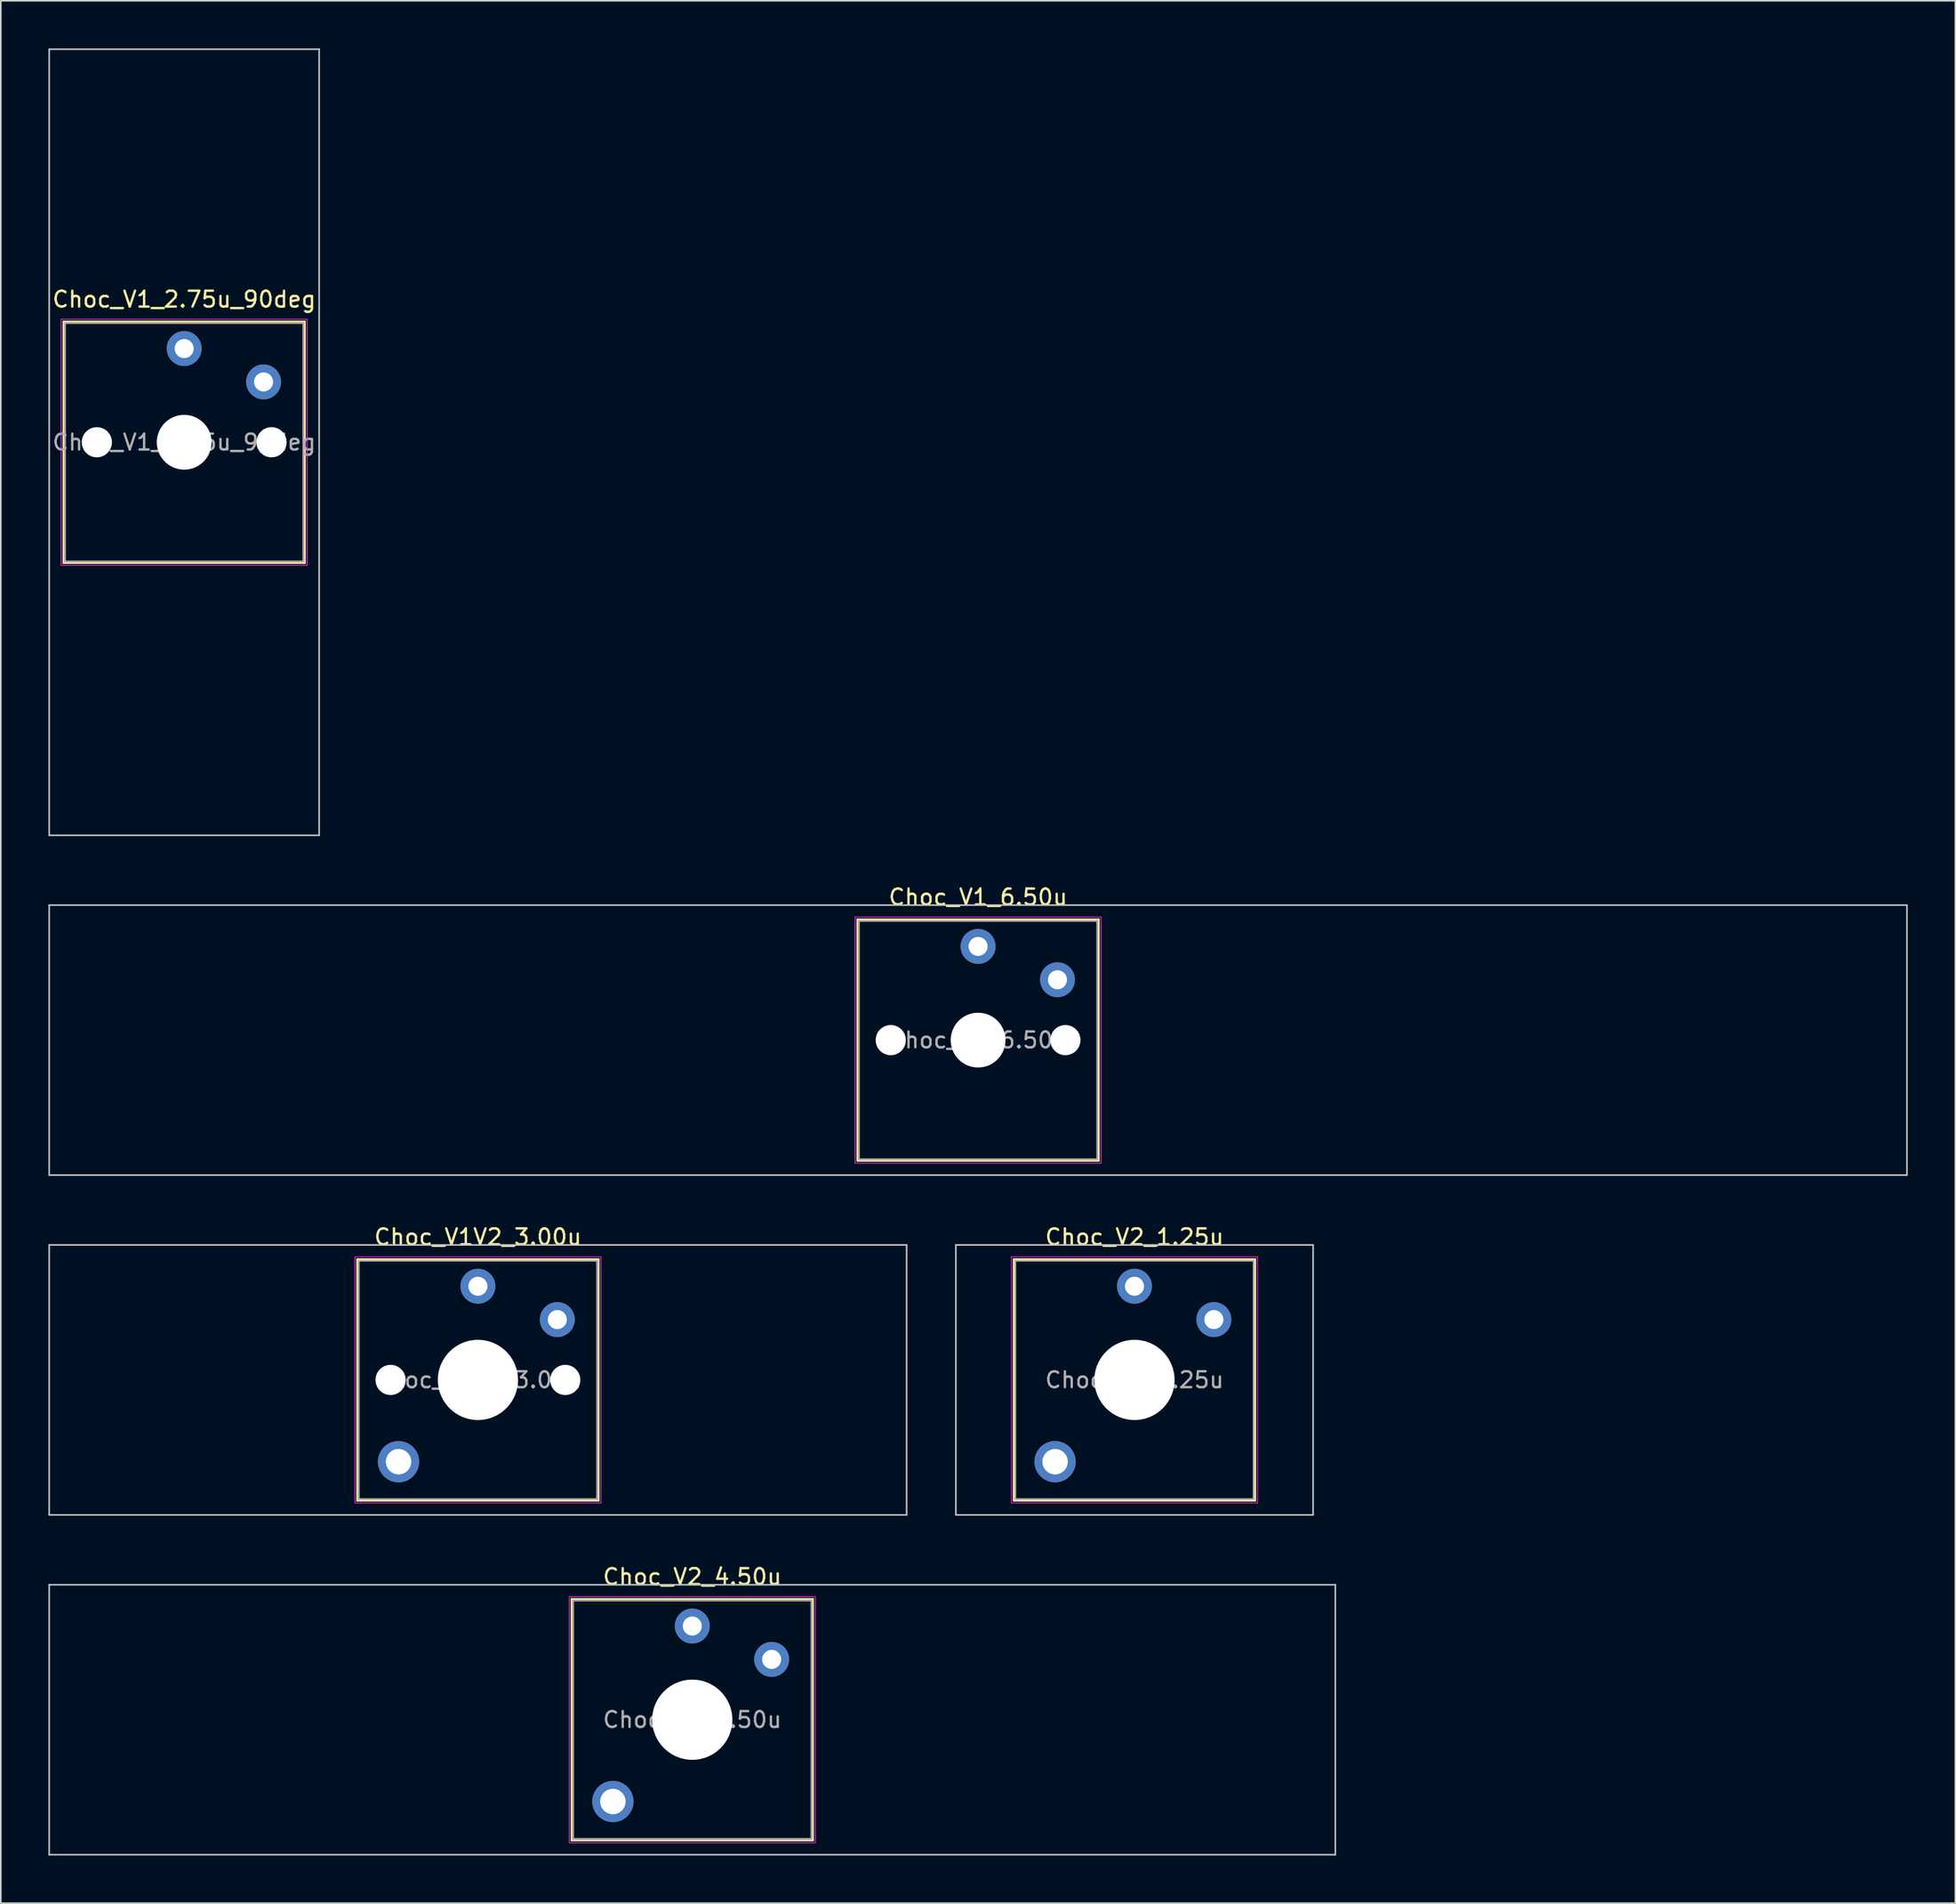
<source format=kicad_pcb>
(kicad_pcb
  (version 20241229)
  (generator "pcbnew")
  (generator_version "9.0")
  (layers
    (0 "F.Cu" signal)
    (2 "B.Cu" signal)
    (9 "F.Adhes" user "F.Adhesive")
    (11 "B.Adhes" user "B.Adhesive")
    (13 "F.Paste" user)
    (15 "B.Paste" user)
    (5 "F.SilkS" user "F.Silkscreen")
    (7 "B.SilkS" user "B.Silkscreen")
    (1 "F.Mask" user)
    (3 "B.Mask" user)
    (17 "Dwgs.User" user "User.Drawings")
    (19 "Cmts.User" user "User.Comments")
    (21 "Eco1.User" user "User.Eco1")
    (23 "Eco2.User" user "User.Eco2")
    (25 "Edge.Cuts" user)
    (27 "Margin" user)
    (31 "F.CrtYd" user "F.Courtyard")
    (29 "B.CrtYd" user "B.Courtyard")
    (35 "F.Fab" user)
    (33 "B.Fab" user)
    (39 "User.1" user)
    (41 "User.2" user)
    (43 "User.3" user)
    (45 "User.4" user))
  (footprint "Choc_V2_4.50u"
    (layer "F.Cu")
    (at 40.55 105.245)
    (property "Reference" "Choc_V2_4.50u" (at 0 -9 0) (layer "F.SilkS") (effects (font (size 1 1) (thickness 0.15))))
    (attr through_hole)
    (fp_line (start -7.6 -7.6) (end -7.6 7.6) (stroke (width 0.12) (type solid)) (layer "F.SilkS"))
    (fp_line (start -7.6 7.6) (end 7.6 7.6) (stroke (width 0.12) (type solid)) (layer "F.SilkS"))
    (fp_line (start 7.6 -7.6) (end -7.6 -7.6) (stroke (width 0.12) (type solid)) (layer "F.SilkS"))
    (fp_line (start 7.6 7.6) (end 7.6 -7.6) (stroke (width 0.12) (type solid)) (layer "F.SilkS"))
    (fp_line (start -40.5 -8.5) (end -40.5 8.5) (stroke (width 0.1) (type solid)) (layer "Dwgs.User"))
    (fp_line (start -40.5 8.5) (end 40.5 8.5) (stroke (width 0.1) (type solid)) (layer "Dwgs.User"))
    (fp_line (start 40.5 -8.5) (end -40.5 -8.5) (stroke (width 0.1) (type solid)) (layer "Dwgs.User"))
    (fp_line (start 40.5 8.5) (end 40.5 -8.5) (stroke (width 0.1) (type solid)) (layer "Dwgs.User"))
    (fp_line (start -7.25 -7.25) (end -7.25 7.25) (stroke (width 0.1) (type solid)) (layer "Eco1.User"))
    (fp_line (start -7.25 7.25) (end 7.25 7.25) (stroke (width 0.1) (type solid)) (layer "Eco1.User"))
    (fp_line (start 7.25 -7.25) (end -7.25 -7.25) (stroke (width 0.1) (type solid)) (layer "Eco1.User"))
    (fp_line (start 7.25 7.25) (end 7.25 -7.25) (stroke (width 0.1) (type solid)) (layer "Eco1.User"))
    (fp_line (start -7.75 -7.75) (end -7.75 7.75) (stroke (width 0.05) (type solid)) (layer "F.CrtYd"))
    (fp_line (start -7.75 7.75) (end 7.75 7.75) (stroke (width 0.05) (type solid)) (layer "F.CrtYd"))
    (fp_line (start 7.75 -7.75) (end -7.75 -7.75) (stroke (width 0.05) (type solid)) (layer "F.CrtYd"))
    (fp_line (start 7.75 7.75) (end 7.75 -7.75) (stroke (width 0.05) (type solid)) (layer "F.CrtYd"))
    (fp_line (start -7.5 -7.5) (end -7.5 7.5) (stroke (width 0.1) (type solid)) (layer "F.Fab"))
    (fp_line (start -7.5 7.5) (end 7.5 7.5) (stroke (width 0.1) (type solid)) (layer "F.Fab"))
    (fp_line (start 7.5 -7.5) (end -7.5 -7.5) (stroke (width 0.1) (type solid)) (layer "F.Fab"))
    (fp_line (start 7.5 7.5) (end 7.5 -7.5) (stroke (width 0.1) (type solid)) (layer "F.Fab"))
    (fp_text user "${REFERENCE}" (at 0 0 0) (layer "F.Fab") (effects (font (size 1 1) (thickness 0.15))))
    (pad "" thru_hole circle (at -5 5.15) (size 2.6 2.6) (drill 1.6) (layers "*.Cu" "*.Mask"))
    (pad "" np_thru_hole circle (at 0 0) (size 5.05 5.05) (drill 5.05) (layers "*.Cu" "*.Mask"))
    (pad "1" thru_hole circle (at 0 -5.9) (size 2.2 2.2) (drill 1.2) (layers "*.Cu" "*.Mask"))
    (pad "2" thru_hole circle (at 5 -3.8) (size 2.2 2.2) (drill 1.2) (layers "*.Cu" "*.Mask")))
  (footprint "Choc_V1_6.50u"
    (layer "F.Cu")
    (at 58.55 62.448)
    (property "Reference" "Choc_V1_6.50u" (at 0 -9 0) (layer "F.SilkS") (effects (font (size 1 1) (thickness 0.15))))
    (attr through_hole)
    (fp_line (start -7.6 -7.6) (end -7.6 7.6) (stroke (width 0.12) (type solid)) (layer "F.SilkS"))
    (fp_line (start -7.6 7.6) (end 7.6 7.6) (stroke (width 0.12) (type solid)) (layer "F.SilkS"))
    (fp_line (start 7.6 -7.6) (end -7.6 -7.6) (stroke (width 0.12) (type solid)) (layer "F.SilkS"))
    (fp_line (start 7.6 7.6) (end 7.6 -7.6) (stroke (width 0.12) (type solid)) (layer "F.SilkS"))
    (fp_line (start -58.5 -8.5) (end -58.5 8.5) (stroke (width 0.1) (type solid)) (layer "Dwgs.User"))
    (fp_line (start -58.5 8.5) (end 58.5 8.5) (stroke (width 0.1) (type solid)) (layer "Dwgs.User"))
    (fp_line (start 58.5 -8.5) (end -58.5 -8.5) (stroke (width 0.1) (type solid)) (layer "Dwgs.User"))
    (fp_line (start 58.5 8.5) (end 58.5 -8.5) (stroke (width 0.1) (type solid)) (layer "Dwgs.User"))
    (fp_line (start -7.25 -7.25) (end -7.25 7.25) (stroke (width 0.1) (type solid)) (layer "Eco1.User"))
    (fp_line (start -7.25 7.25) (end 7.25 7.25) (stroke (width 0.1) (type solid)) (layer "Eco1.User"))
    (fp_line (start 7.25 -7.25) (end -7.25 -7.25) (stroke (width 0.1) (type solid)) (layer "Eco1.User"))
    (fp_line (start 7.25 7.25) (end 7.25 -7.25) (stroke (width 0.1) (type solid)) (layer "Eco1.User"))
    (fp_line (start -7.75 -7.75) (end -7.75 7.75) (stroke (width 0.05) (type solid)) (layer "F.CrtYd"))
    (fp_line (start -7.75 7.75) (end 7.75 7.75) (stroke (width 0.05) (type solid)) (layer "F.CrtYd"))
    (fp_line (start 7.75 -7.75) (end -7.75 -7.75) (stroke (width 0.05) (type solid)) (layer "F.CrtYd"))
    (fp_line (start 7.75 7.75) (end 7.75 -7.75) (stroke (width 0.05) (type solid)) (layer "F.CrtYd"))
    (fp_line (start -7.5 -7.5) (end -7.5 7.5) (stroke (width 0.1) (type solid)) (layer "F.Fab"))
    (fp_line (start -7.5 7.5) (end 7.5 7.5) (stroke (width 0.1) (type solid)) (layer "F.Fab"))
    (fp_line (start 7.5 -7.5) (end -7.5 -7.5) (stroke (width 0.1) (type solid)) (layer "F.Fab"))
    (fp_line (start 7.5 7.5) (end 7.5 -7.5) (stroke (width 0.1) (type solid)) (layer "F.Fab"))
    (fp_text user "${REFERENCE}" (at 0 0 0) (layer "F.Fab") (effects (font (size 1 1) (thickness 0.15))))
    (pad "" np_thru_hole circle (at -5.5 0) (size 1.9 1.9) (drill 1.9) (layers "*.Cu" "*.Mask"))
    (pad "" np_thru_hole circle (at 0 0) (size 3.45 3.45) (drill 3.45) (layers "*.Cu" "*.Mask"))
    (pad "" np_thru_hole circle (at 5.5 0) (size 1.9 1.9) (drill 1.9) (layers "*.Cu" "*.Mask"))
    (pad "1" thru_hole circle (at 0 -5.9) (size 2.2 2.2) (drill 1.2) (layers "*.Cu" "*.Mask"))
    (pad "2" thru_hole circle (at 5 -3.8) (size 2.2 2.2) (drill 1.2) (layers "*.Cu" "*.Mask")))
  (footprint "Choc_V1V2_3.00u"
    (layer "F.Cu")
    (at 27.05 83.847)
    (property "Reference" "Choc_V1V2_3.00u" (at 0 -9 0) (layer "F.SilkS") (effects (font (size 1 1) (thickness 0.15))))
    (attr through_hole)
    (fp_line (start -7.6 -7.6) (end -7.6 7.6) (stroke (width 0.12) (type solid)) (layer "F.SilkS"))
    (fp_line (start -7.6 7.6) (end 7.6 7.6) (stroke (width 0.12) (type solid)) (layer "F.SilkS"))
    (fp_line (start 7.6 -7.6) (end -7.6 -7.6) (stroke (width 0.12) (type solid)) (layer "F.SilkS"))
    (fp_line (start 7.6 7.6) (end 7.6 -7.6) (stroke (width 0.12) (type solid)) (layer "F.SilkS"))
    (fp_line (start -27 -8.5) (end -27 8.5) (stroke (width 0.1) (type solid)) (layer "Dwgs.User"))
    (fp_line (start -27 8.5) (end 27 8.5) (stroke (width 0.1) (type solid)) (layer "Dwgs.User"))
    (fp_line (start 27 -8.5) (end -27 -8.5) (stroke (width 0.1) (type solid)) (layer "Dwgs.User"))
    (fp_line (start 27 8.5) (end 27 -8.5) (stroke (width 0.1) (type solid)) (layer "Dwgs.User"))
    (fp_line (start -7.25 -7.25) (end -7.25 7.25) (stroke (width 0.1) (type solid)) (layer "Eco1.User"))
    (fp_line (start -7.25 7.25) (end 7.25 7.25) (stroke (width 0.1) (type solid)) (layer "Eco1.User"))
    (fp_line (start 7.25 -7.25) (end -7.25 -7.25) (stroke (width 0.1) (type solid)) (layer "Eco1.User"))
    (fp_line (start 7.25 7.25) (end 7.25 -7.25) (stroke (width 0.1) (type solid)) (layer "Eco1.User"))
    (fp_line (start -7.75 -7.75) (end -7.75 7.75) (stroke (width 0.05) (type solid)) (layer "F.CrtYd"))
    (fp_line (start -7.75 7.75) (end 7.75 7.75) (stroke (width 0.05) (type solid)) (layer "F.CrtYd"))
    (fp_line (start 7.75 -7.75) (end -7.75 -7.75) (stroke (width 0.05) (type solid)) (layer "F.CrtYd"))
    (fp_line (start 7.75 7.75) (end 7.75 -7.75) (stroke (width 0.05) (type solid)) (layer "F.CrtYd"))
    (fp_line (start -7.5 -7.5) (end -7.5 7.5) (stroke (width 0.1) (type solid)) (layer "F.Fab"))
    (fp_line (start -7.5 7.5) (end 7.5 7.5) (stroke (width 0.1) (type solid)) (layer "F.Fab"))
    (fp_line (start 7.5 -7.5) (end -7.5 -7.5) (stroke (width 0.1) (type solid)) (layer "F.Fab"))
    (fp_line (start 7.5 7.5) (end 7.5 -7.5) (stroke (width 0.1) (type solid)) (layer "F.Fab"))
    (fp_text user "${REFERENCE}" (at 0 0 0) (layer "F.Fab") (effects (font (size 1 1) (thickness 0.15))))
    (pad "" np_thru_hole circle (at -5.5 0) (size 1.9 1.9) (drill 1.9) (layers "*.Cu" "*.Mask"))
    (pad "" thru_hole circle (at -5 5.15) (size 2.6 2.6) (drill 1.6) (layers "*.Cu" "*.Mask"))
    (pad "" np_thru_hole circle (at 0 0) (size 5.05 5.05) (drill 5.05) (layers "*.Cu" "*.Mask"))
    (pad "" np_thru_hole circle (at 5.5 0) (size 1.9 1.9) (drill 1.9) (layers "*.Cu" "*.Mask"))
    (pad "1" thru_hole circle (at 0 -5.9) (size 2.2 2.2) (drill 1.2) (layers "*.Cu" "*.Mask"))
    (pad "2" thru_hole circle (at 5 -3.8) (size 2.2 2.2) (drill 1.2) (layers "*.Cu" "*.Mask")))
  (footprint "Choc_V2_1.25u"
    (layer "F.Cu")
    (at 68.4 83.847)
    (property "Reference" "Choc_V2_1.25u" (at 0 -9 0) (layer "F.SilkS") (effects (font (size 1 1) (thickness 0.15))))
    (attr through_hole)
    (fp_line (start -7.6 -7.6) (end -7.6 7.6) (stroke (width 0.12) (type solid)) (layer "F.SilkS"))
    (fp_line (start -7.6 7.6) (end 7.6 7.6) (stroke (width 0.12) (type solid)) (layer "F.SilkS"))
    (fp_line (start 7.6 -7.6) (end -7.6 -7.6) (stroke (width 0.12) (type solid)) (layer "F.SilkS"))
    (fp_line (start 7.6 7.6) (end 7.6 -7.6) (stroke (width 0.12) (type solid)) (layer "F.SilkS"))
    (fp_line (start -11.25 -8.5) (end -11.25 8.5) (stroke (width 0.1) (type solid)) (layer "Dwgs.User"))
    (fp_line (start -11.25 8.5) (end 11.25 8.5) (stroke (width 0.1) (type solid)) (layer "Dwgs.User"))
    (fp_line (start 11.25 -8.5) (end -11.25 -8.5) (stroke (width 0.1) (type solid)) (layer "Dwgs.User"))
    (fp_line (start 11.25 8.5) (end 11.25 -8.5) (stroke (width 0.1) (type solid)) (layer "Dwgs.User"))
    (fp_line (start -7.25 -7.25) (end -7.25 7.25) (stroke (width 0.1) (type solid)) (layer "Eco1.User"))
    (fp_line (start -7.25 7.25) (end 7.25 7.25) (stroke (width 0.1) (type solid)) (layer "Eco1.User"))
    (fp_line (start 7.25 -7.25) (end -7.25 -7.25) (stroke (width 0.1) (type solid)) (layer "Eco1.User"))
    (fp_line (start 7.25 7.25) (end 7.25 -7.25) (stroke (width 0.1) (type solid)) (layer "Eco1.User"))
    (fp_line (start -7.75 -7.75) (end -7.75 7.75) (stroke (width 0.05) (type solid)) (layer "F.CrtYd"))
    (fp_line (start -7.75 7.75) (end 7.75 7.75) (stroke (width 0.05) (type solid)) (layer "F.CrtYd"))
    (fp_line (start 7.75 -7.75) (end -7.75 -7.75) (stroke (width 0.05) (type solid)) (layer "F.CrtYd"))
    (fp_line (start 7.75 7.75) (end 7.75 -7.75) (stroke (width 0.05) (type solid)) (layer "F.CrtYd"))
    (fp_line (start -7.5 -7.5) (end -7.5 7.5) (stroke (width 0.1) (type solid)) (layer "F.Fab"))
    (fp_line (start -7.5 7.5) (end 7.5 7.5) (stroke (width 0.1) (type solid)) (layer "F.Fab"))
    (fp_line (start 7.5 -7.5) (end -7.5 -7.5) (stroke (width 0.1) (type solid)) (layer "F.Fab"))
    (fp_line (start 7.5 7.5) (end 7.5 -7.5) (stroke (width 0.1) (type solid)) (layer "F.Fab"))
    (fp_text user "${REFERENCE}" (at 0 0 0) (layer "F.Fab") (effects (font (size 1 1) (thickness 0.15))))
    (pad "" thru_hole circle (at -5 5.15) (size 2.6 2.6) (drill 1.6) (layers "*.Cu" "*.Mask"))
    (pad "" np_thru_hole circle (at 0 0) (size 5.05 5.05) (drill 5.05) (layers "*.Cu" "*.Mask"))
    (pad "1" thru_hole circle (at 0 -5.9) (size 2.2 2.2) (drill 1.2) (layers "*.Cu" "*.Mask"))
    (pad "2" thru_hole circle (at 5 -3.8) (size 2.2 2.2) (drill 1.2) (layers "*.Cu" "*.Mask")))
  (footprint "Choc_V1_2.75u_90deg"
    (layer "F.Cu")
    (at 8.55 24.8)
    (property "Reference" "Choc_V1_2.75u_90deg" (at 0 -9 0) (layer "F.SilkS") (effects (font (size 1 1) (thickness 0.15))))
    (attr through_hole)
    (fp_line (start -7.6 -7.6) (end -7.6 7.6) (stroke (width 0.12) (type solid)) (layer "F.SilkS"))
    (fp_line (start -7.6 7.6) (end 7.6 7.6) (stroke (width 0.12) (type solid)) (layer "F.SilkS"))
    (fp_line (start 7.6 -7.6) (end -7.6 -7.6) (stroke (width 0.12) (type solid)) (layer "F.SilkS"))
    (fp_line (start 7.6 7.6) (end 7.6 -7.6) (stroke (width 0.12) (type solid)) (layer "F.SilkS"))
    (fp_line (start -8.5 -24.75) (end 8.5 -24.75) (stroke (width 0.1) (type solid)) (layer "Dwgs.User"))
    (fp_line (start -8.5 24.75) (end -8.5 -24.75) (stroke (width 0.1) (type solid)) (layer "Dwgs.User"))
    (fp_line (start 8.5 -24.75) (end 8.5 24.75) (stroke (width 0.1) (type solid)) (layer "Dwgs.User"))
    (fp_line (start 8.5 24.75) (end -8.5 24.75) (stroke (width 0.1) (type solid)) (layer "Dwgs.User"))
    (fp_line (start -7.25 -7.25) (end -7.25 7.25) (stroke (width 0.1) (type solid)) (layer "Eco1.User"))
    (fp_line (start -7.25 7.25) (end 7.25 7.25) (stroke (width 0.1) (type solid)) (layer "Eco1.User"))
    (fp_line (start 7.25 -7.25) (end -7.25 -7.25) (stroke (width 0.1) (type solid)) (layer "Eco1.User"))
    (fp_line (start 7.25 7.25) (end 7.25 -7.25) (stroke (width 0.1) (type solid)) (layer "Eco1.User"))
    (fp_line (start -7.75 -7.75) (end -7.75 7.75) (stroke (width 0.05) (type solid)) (layer "F.CrtYd"))
    (fp_line (start -7.75 7.75) (end 7.75 7.75) (stroke (width 0.05) (type solid)) (layer "F.CrtYd"))
    (fp_line (start 7.75 -7.75) (end -7.75 -7.75) (stroke (width 0.05) (type solid)) (layer "F.CrtYd"))
    (fp_line (start 7.75 7.75) (end 7.75 -7.75) (stroke (width 0.05) (type solid)) (layer "F.CrtYd"))
    (fp_line (start -7.5 -7.5) (end -7.5 7.5) (stroke (width 0.1) (type solid)) (layer "F.Fab"))
    (fp_line (start -7.5 7.5) (end 7.5 7.5) (stroke (width 0.1) (type solid)) (layer "F.Fab"))
    (fp_line (start 7.5 -7.5) (end -7.5 -7.5) (stroke (width 0.1) (type solid)) (layer "F.Fab"))
    (fp_line (start 7.5 7.5) (end 7.5 -7.5) (stroke (width 0.1) (type solid)) (layer "F.Fab"))
    (fp_text user "${REFERENCE}" (at 0 0 0) (layer "F.Fab") (effects (font (size 1 1) (thickness 0.15))))
    (pad "" np_thru_hole circle (at -5.5 0) (size 1.9 1.9) (drill 1.9) (layers "*.Cu" "*.Mask"))
    (pad "" np_thru_hole circle (at 0 0) (size 3.45 3.45) (drill 3.45) (layers "*.Cu" "*.Mask"))
    (pad "" np_thru_hole circle (at 5.5 0) (size 1.9 1.9) (drill 1.9) (layers "*.Cu" "*.Mask"))
    (pad "1" thru_hole circle (at 0 -5.9) (size 2.2 2.2) (drill 1.2) (layers "*.Cu" "*.Mask"))
    (pad "2" thru_hole circle (at 5 -3.8) (size 2.2 2.2) (drill 1.2) (layers "*.Cu" "*.Mask")))
  (gr_rect
    (start -3 -3)
    (end 120.1 116.795)
    (stroke (width 0.1) (type default))
    (fill no)
    (layer "Edge.Cuts")))
</source>
